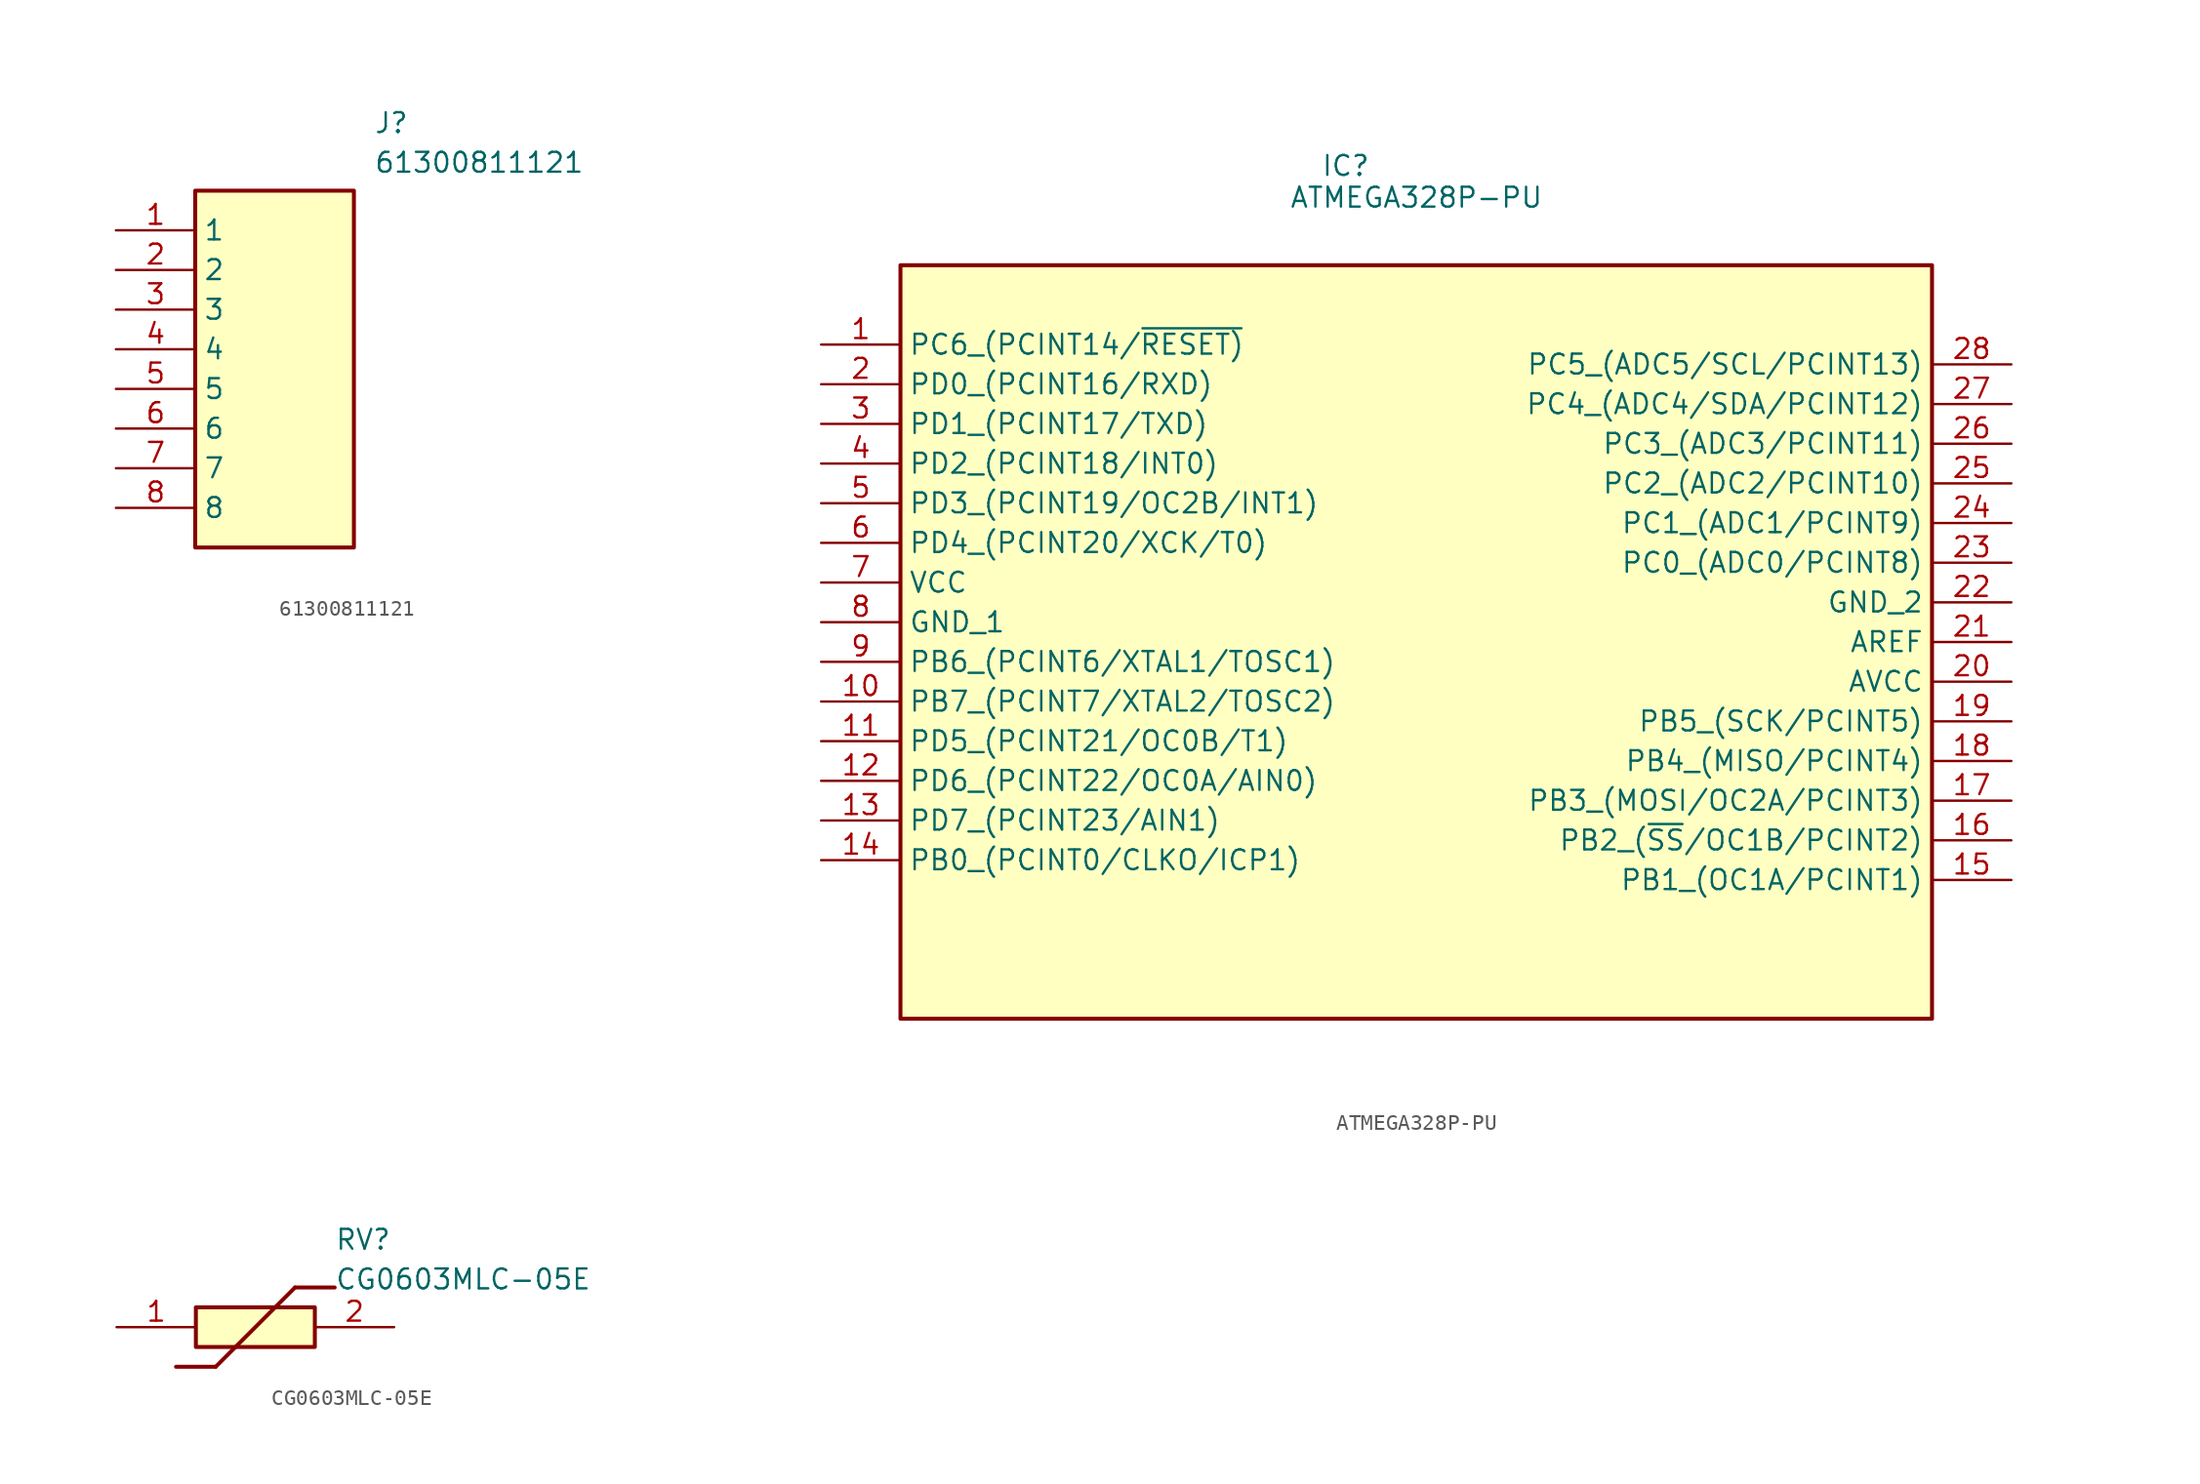
<source format=kicad_sym>
(kicad_symbol_lib
  (version 20231120)
  (generator "kicad_symbol_editor")
  (generator_version "8.0")
  (symbol "61300811121"
    (property "Reference" "J"
      (at 16.51 7.62 0)
      (effects (font (size 1.27 1.27)) (justify left top)))
    (property "Value" "61300811121"
      (at 16.51 5.08 0)
      (effects (font (size 1.27 1.27)) (justify left top)))
    (symbol "61300811121_1_1"
      (rectangle (start 5.08 2.54) (end 15.24 -20.32) (stroke (width 0.254) (type default)) (fill (type background)))
      (pin passive line (at 0 0 0) (length 5.08) (name "1" (effects (font (size 1.27 1.27)))) (number "1" (effects (font (size 1.27 1.27)))))
      (pin passive line (at 0 -2.54 0) (length 5.08) (name "2" (effects (font (size 1.27 1.27)))) (number "2" (effects (font (size 1.27 1.27)))))
      (pin passive line (at 0 -5.08 0) (length 5.08) (name "3" (effects (font (size 1.27 1.27)))) (number "3" (effects (font (size 1.27 1.27)))))
      (pin passive line (at 0 -7.62 0) (length 5.08) (name "4" (effects (font (size 1.27 1.27)))) (number "4" (effects (font (size 1.27 1.27)))))
      (pin passive line (at 0 -10.16 0) (length 5.08) (name "5" (effects (font (size 1.27 1.27)))) (number "5" (effects (font (size 1.27 1.27)))))
      (pin passive line (at 0 -12.7 0) (length 5.08) (name "6" (effects (font (size 1.27 1.27)))) (number "6" (effects (font (size 1.27 1.27)))))
      (pin passive line (at 0 -15.24 0) (length 5.08) (name "7" (effects (font (size 1.27 1.27)))) (number "7" (effects (font (size 1.27 1.27)))))
      (pin passive line (at 0 -17.78 0) (length 5.08) (name "8" (effects (font (size 1.27 1.27)))) (number "8" (effects (font (size 1.27 1.27)))))))
  (symbol "ATMEGA328P-PU"
    (property "Reference" "IC"
      (at 32.004 9.652 0)
      (effects (font (size 1.27 1.27)) (justify left top)))
    (property "Value" "ATMEGA328P-PU"
      (at 29.972 7.62 0)
      (effects (font (size 1.27 1.27)) (justify left top)))
    (symbol "ATMEGA328P-PU_1_1"
      (rectangle (start 5.08 2.54) (end 71.12 -45.72) (stroke (width 0.254) (type default)) (fill (type background)))
      (pin passive line (at 0 -2.54 0) (length 5.08) (name "PC6_(PCINT14/~{RESET)}" (effects (font (size 1.27 1.27)))) (number "1" (effects (font (size 1.27 1.27)))))
      (pin passive line (at 0 -25.4 0) (length 5.08) (name "PB7_(PCINT7/XTAL2/TOSC2)" (effects (font (size 1.27 1.27)))) (number "10" (effects (font (size 1.27 1.27)))))
      (pin passive line (at 0 -27.94 0) (length 5.08) (name "PD5_(PCINT21/OC0B/T1)" (effects (font (size 1.27 1.27)))) (number "11" (effects (font (size 1.27 1.27)))))
      (pin passive line (at 0 -30.48 0) (length 5.08) (name "PD6_(PCINT22/OC0A/AIN0)" (effects (font (size 1.27 1.27)))) (number "12" (effects (font (size 1.27 1.27)))))
      (pin passive line (at 0 -33.02 0) (length 5.08) (name "PD7_(PCINT23/AIN1)" (effects (font (size 1.27 1.27)))) (number "13" (effects (font (size 1.27 1.27)))))
      (pin passive line (at 0 -35.56 0) (length 5.08) (name "PB0_(PCINT0/CLKO/ICP1)" (effects (font (size 1.27 1.27)))) (number "14" (effects (font (size 1.27 1.27)))))
      (pin passive line (at 76.2 -36.83 180) (length 5.08) (name "PB1_(OC1A/PCINT1)" (effects (font (size 1.27 1.27)))) (number "15" (effects (font (size 1.27 1.27)))))
      (pin passive line (at 76.2 -34.29 180) (length 5.08) (name "PB2_(~{SS}/OC1B/PCINT2)" (effects (font (size 1.27 1.27)))) (number "16" (effects (font (size 1.27 1.27)))))
      (pin passive line (at 76.2 -31.75 180) (length 5.08) (name "PB3_(MOSI/OC2A/PCINT3)" (effects (font (size 1.27 1.27)))) (number "17" (effects (font (size 1.27 1.27)))))
      (pin passive line (at 76.2 -29.21 180) (length 5.08) (name "PB4_(MISO/PCINT4)" (effects (font (size 1.27 1.27)))) (number "18" (effects (font (size 1.27 1.27)))))
      (pin passive line (at 76.2 -26.67 180) (length 5.08) (name "PB5_(SCK/PCINT5)" (effects (font (size 1.27 1.27)))) (number "19" (effects (font (size 1.27 1.27)))))
      (pin passive line (at 0 -5.08 0) (length 5.08) (name "PD0_(PCINT16/RXD)" (effects (font (size 1.27 1.27)))) (number "2" (effects (font (size 1.27 1.27)))))
      (pin passive line (at 76.2 -24.13 180) (length 5.08) (name "AVCC" (effects (font (size 1.27 1.27)))) (number "20" (effects (font (size 1.27 1.27)))))
      (pin passive line (at 76.2 -21.59 180) (length 5.08) (name "AREF" (effects (font (size 1.27 1.27)))) (number "21" (effects (font (size 1.27 1.27)))))
      (pin passive line (at 76.2 -19.05 180) (length 5.08) (name "GND_2" (effects (font (size 1.27 1.27)))) (number "22" (effects (font (size 1.27 1.27)))))
      (pin passive line (at 76.2 -16.51 180) (length 5.08) (name "PC0_(ADC0/PCINT8)" (effects (font (size 1.27 1.27)))) (number "23" (effects (font (size 1.27 1.27)))))
      (pin passive line (at 76.2 -13.97 180) (length 5.08) (name "PC1_(ADC1/PCINT9)" (effects (font (size 1.27 1.27)))) (number "24" (effects (font (size 1.27 1.27)))))
      (pin passive line (at 76.2 -11.43 180) (length 5.08) (name "PC2_(ADC2/PCINT10)" (effects (font (size 1.27 1.27)))) (number "25" (effects (font (size 1.27 1.27)))))
      (pin passive line (at 76.2 -8.89 180) (length 5.08) (name "PC3_(ADC3/PCINT11)" (effects (font (size 1.27 1.27)))) (number "26" (effects (font (size 1.27 1.27)))))
      (pin passive line (at 76.2 -6.35 180) (length 5.08) (name "PC4_(ADC4/SDA/PCINT12)" (effects (font (size 1.27 1.27)))) (number "27" (effects (font (size 1.27 1.27)))))
      (pin passive line (at 76.2 -3.81 180) (length 5.08) (name "PC5_(ADC5/SCL/PCINT13)" (effects (font (size 1.27 1.27)))) (number "28" (effects (font (size 1.27 1.27)))))
      (pin passive line (at 0 -7.62 0) (length 5.08) (name "PD1_(PCINT17/TXD)" (effects (font (size 1.27 1.27)))) (number "3" (effects (font (size 1.27 1.27)))))
      (pin passive line (at 0 -10.16 0) (length 5.08) (name "PD2_(PCINT18/INT0)" (effects (font (size 1.27 1.27)))) (number "4" (effects (font (size 1.27 1.27)))))
      (pin passive line (at 0 -12.7 0) (length 5.08) (name "PD3_(PCINT19/OC2B/INT1)" (effects (font (size 1.27 1.27)))) (number "5" (effects (font (size 1.27 1.27)))))
      (pin passive line (at 0 -15.24 0) (length 5.08) (name "PD4_(PCINT20/XCK/T0)" (effects (font (size 1.27 1.27)))) (number "6" (effects (font (size 1.27 1.27)))))
      (pin passive line (at 0 -17.78 0) (length 5.08) (name "VCC" (effects (font (size 1.27 1.27)))) (number "7" (effects (font (size 1.27 1.27)))))
      (pin passive line (at 0 -20.32 0) (length 5.08) (name "GND_1" (effects (font (size 1.27 1.27)))) (number "8" (effects (font (size 1.27 1.27)))))
      (pin passive line (at 0 -22.86 0) (length 5.08) (name "PB6_(PCINT6/XTAL1/TOSC1)" (effects (font (size 1.27 1.27)))) (number "9" (effects (font (size 1.27 1.27)))))))
  (symbol "CG0603MLC-05E"
    (pin_names hide)
    (property "Reference" "RV"
      (at 13.97 6.35 0)
      (effects (font (size 1.27 1.27)) (justify left top)))
    (property "Value" "CG0603MLC-05E"
      (at 13.97 3.81 0)
      (effects (font (size 1.27 1.27)) (justify left top)))
    (symbol "CG0603MLC-05E_1_1"
      (polyline (pts (xy 3.81 -2.54) (xy 6.35 -2.54)) (stroke (width 0.254) (type default)) (fill (type none)))
      (polyline (pts (xy 11.43 2.54) (xy 6.35 -2.54)) (stroke (width 0.254) (type default)) (fill (type none)))
      (polyline (pts (xy 11.43 2.54) (xy 13.97 2.54)) (stroke (width 0.254) (type default)) (fill (type none)))
      (rectangle (start 5.08 1.27) (end 12.7 -1.27) (stroke (width 0.254) (type default)) (fill (type background)))
      (pin passive line (at 0 0 0) (length 5.08) (name "1" (effects (font (size 1.27 1.27)))) (number "1" (effects (font (size 1.27 1.27)))))
      (pin passive line (at 17.78 0 180) (length 5.08) (name "2" (effects (font (size 1.27 1.27)))) (number "2" (effects (font (size 1.27 1.27))))))))
</source>
